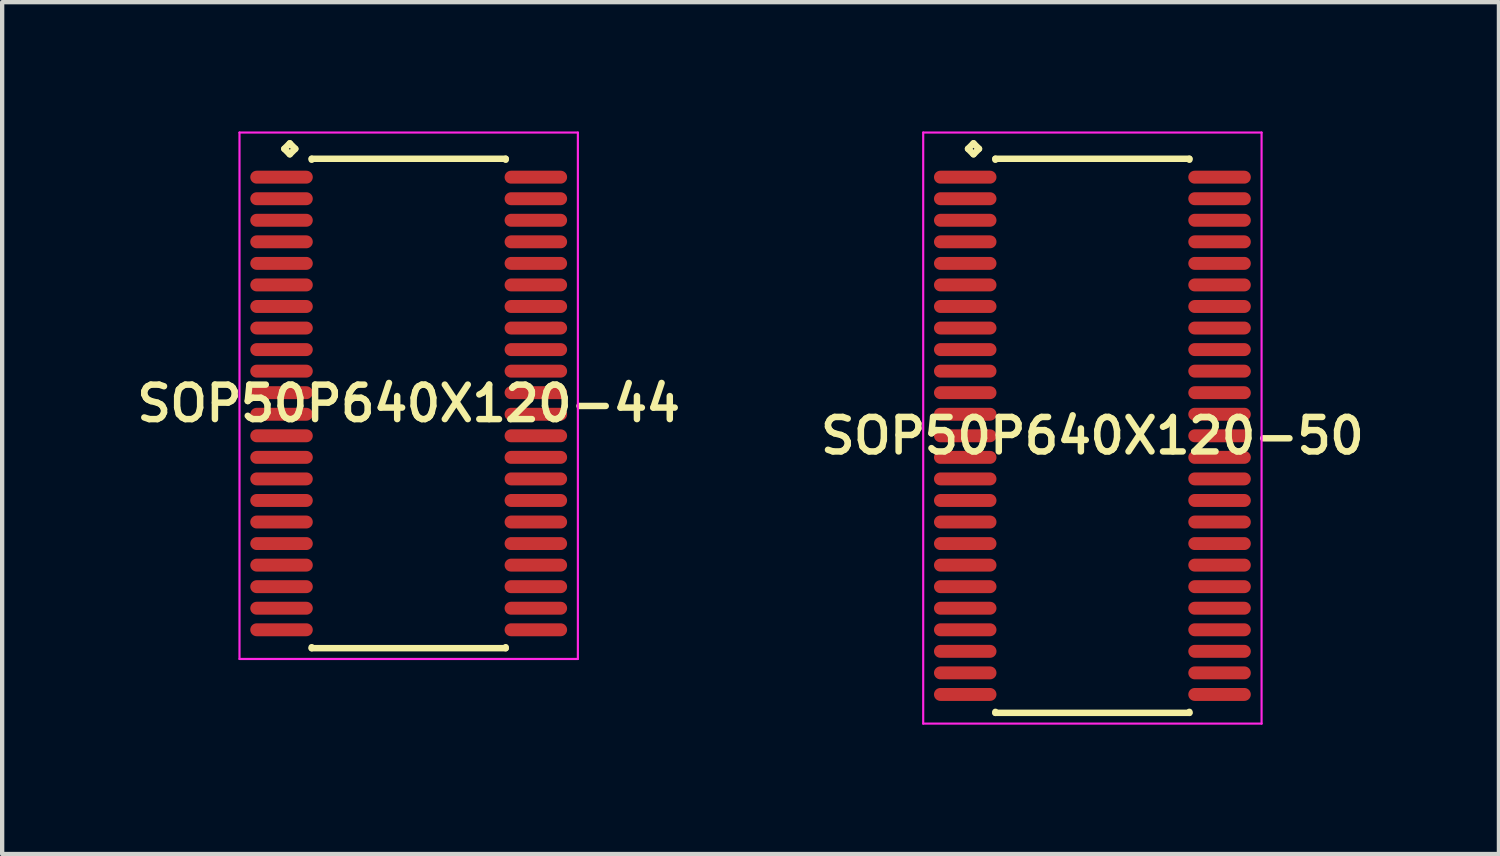
<source format=kicad_pcb>
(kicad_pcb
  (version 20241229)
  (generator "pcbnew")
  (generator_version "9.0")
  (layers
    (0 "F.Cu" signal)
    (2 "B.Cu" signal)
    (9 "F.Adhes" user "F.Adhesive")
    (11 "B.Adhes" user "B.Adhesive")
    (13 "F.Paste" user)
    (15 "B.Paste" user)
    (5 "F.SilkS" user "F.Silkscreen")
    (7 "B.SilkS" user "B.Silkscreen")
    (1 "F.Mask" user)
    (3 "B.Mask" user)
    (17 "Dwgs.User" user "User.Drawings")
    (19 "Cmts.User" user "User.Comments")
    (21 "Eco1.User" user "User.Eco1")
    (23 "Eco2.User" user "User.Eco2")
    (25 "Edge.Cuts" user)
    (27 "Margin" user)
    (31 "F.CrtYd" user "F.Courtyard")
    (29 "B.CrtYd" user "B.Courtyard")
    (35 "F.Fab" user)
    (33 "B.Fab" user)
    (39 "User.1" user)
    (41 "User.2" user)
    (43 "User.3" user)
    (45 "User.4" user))
  (footprint "SOP50P640X120-50"
    (layer "F.Cu")
    (at 22.292 7.06)
    (property "Reference" "SOP50P640X120-50" (at 0 0 0) (layer "F.SilkS") (effects (font (size 0.8 0.8) (thickness 0.15))))
    (attr smd)
    (fp_line (start -2.885 -6.658) (end -2.758 -6.785) (stroke (width 0.15) (type solid)) (layer "F.SilkS"))
    (fp_line (start -2.758 -6.785) (end -2.631 -6.658) (stroke (width 0.15) (type solid)) (layer "F.SilkS"))
    (fp_line (start -2.758 -6.531) (end -2.885 -6.658) (stroke (width 0.15) (type solid)) (layer "F.SilkS"))
    (fp_line (start -2.631 -6.658) (end -2.758 -6.531) (stroke (width 0.15) (type solid)) (layer "F.SilkS"))
    (fp_line (start -2.25 -6.427) (end 2.25 -6.427) (stroke (width 0.15) (type solid)) (layer "F.SilkS"))
    (fp_line (start -2.25 -6.404) (end -2.25 -6.427) (stroke (width 0.15) (type solid)) (layer "F.SilkS"))
    (fp_line (start -2.25 6.404) (end -2.25 6.427) (stroke (width 0.15) (type solid)) (layer "F.SilkS"))
    (fp_line (start -2.25 6.427) (end 2.25 6.427) (stroke (width 0.15) (type solid)) (layer "F.SilkS"))
    (fp_line (start 2.25 -6.427) (end 2.25 -6.404) (stroke (width 0.15) (type solid)) (layer "F.SilkS"))
    (fp_line (start 2.25 6.427) (end 2.25 6.404) (stroke (width 0.15) (type solid)) (layer "F.SilkS"))
    (fp_line (start -3.925 -7.035) (end 3.925 -7.035) (stroke (width 0.05) (type solid)) (layer "F.CrtYd"))
    (fp_line (start -3.925 6.677) (end -3.925 -7.035) (stroke (width 0.05) (type solid)) (layer "F.CrtYd"))
    (fp_line (start 3.925 -7.035) (end 3.925 6.677) (stroke (width 0.05) (type solid)) (layer "F.CrtYd"))
    (fp_line (start 3.925 6.677) (end -3.925 6.677) (stroke (width 0.05) (type solid)) (layer "F.CrtYd"))
    (pad "1" smd oval (at -2.95 -6) (size 1.45 0.3) (layers "F.Cu" "F.Mask" "F.Paste"))
    (pad "2" smd oval (at -2.95 -5.5) (size 1.45 0.3) (layers "F.Cu" "F.Mask" "F.Paste"))
    (pad "3" smd oval (at -2.95 -5) (size 1.45 0.3) (layers "F.Cu" "F.Mask" "F.Paste"))
    (pad "4" smd oval (at -2.95 -4.5) (size 1.45 0.3) (layers "F.Cu" "F.Mask" "F.Paste"))
    (pad "5" smd oval (at -2.95 -4) (size 1.45 0.3) (layers "F.Cu" "F.Mask" "F.Paste"))
    (pad "6" smd oval (at -2.95 -3.5) (size 1.45 0.3) (layers "F.Cu" "F.Mask" "F.Paste"))
    (pad "7" smd oval (at -2.95 -3) (size 1.45 0.3) (layers "F.Cu" "F.Mask" "F.Paste"))
    (pad "8" smd oval (at -2.95 -2.5) (size 1.45 0.3) (layers "F.Cu" "F.Mask" "F.Paste"))
    (pad "9" smd oval (at -2.95 -2) (size 1.45 0.3) (layers "F.Cu" "F.Mask" "F.Paste"))
    (pad "10" smd oval (at -2.95 -1.5) (size 1.45 0.3) (layers "F.Cu" "F.Mask" "F.Paste"))
    (pad "11" smd oval (at -2.95 -1) (size 1.45 0.3) (layers "F.Cu" "F.Mask" "F.Paste"))
    (pad "12" smd oval (at -2.95 -0.5) (size 1.45 0.3) (layers "F.Cu" "F.Mask" "F.Paste"))
    (pad "13" smd oval (at -2.95 0) (size 1.45 0.3) (layers "F.Cu" "F.Mask" "F.Paste"))
    (pad "14" smd oval (at -2.95 0.5) (size 1.45 0.3) (layers "F.Cu" "F.Mask" "F.Paste"))
    (pad "15" smd oval (at -2.95 1) (size 1.45 0.3) (layers "F.Cu" "F.Mask" "F.Paste"))
    (pad "16" smd oval (at -2.95 1.5) (size 1.45 0.3) (layers "F.Cu" "F.Mask" "F.Paste"))
    (pad "17" smd oval (at -2.95 2) (size 1.45 0.3) (layers "F.Cu" "F.Mask" "F.Paste"))
    (pad "18" smd oval (at -2.95 2.5) (size 1.45 0.3) (layers "F.Cu" "F.Mask" "F.Paste"))
    (pad "19" smd oval (at -2.95 3) (size 1.45 0.3) (layers "F.Cu" "F.Mask" "F.Paste"))
    (pad "20" smd oval (at -2.95 3.5) (size 1.45 0.3) (layers "F.Cu" "F.Mask" "F.Paste"))
    (pad "21" smd oval (at -2.95 4) (size 1.45 0.3) (layers "F.Cu" "F.Mask" "F.Paste"))
    (pad "22" smd oval (at -2.95 4.5) (size 1.45 0.3) (layers "F.Cu" "F.Mask" "F.Paste"))
    (pad "23" smd oval (at -2.95 5) (size 1.45 0.3) (layers "F.Cu" "F.Mask" "F.Paste"))
    (pad "24" smd oval (at -2.95 5.5) (size 1.45 0.3) (layers "F.Cu" "F.Mask" "F.Paste"))
    (pad "25" smd oval (at -2.95 6) (size 1.45 0.3) (layers "F.Cu" "F.Mask" "F.Paste"))
    (pad "26" smd oval (at 2.95 6) (size 1.45 0.3) (layers "F.Cu" "F.Mask" "F.Paste"))
    (pad "27" smd oval (at 2.95 5.5) (size 1.45 0.3) (layers "F.Cu" "F.Mask" "F.Paste"))
    (pad "28" smd oval (at 2.95 5) (size 1.45 0.3) (layers "F.Cu" "F.Mask" "F.Paste"))
    (pad "29" smd oval (at 2.95 4.5) (size 1.45 0.3) (layers "F.Cu" "F.Mask" "F.Paste"))
    (pad "30" smd oval (at 2.95 4) (size 1.45 0.3) (layers "F.Cu" "F.Mask" "F.Paste"))
    (pad "31" smd oval (at 2.95 3.5) (size 1.45 0.3) (layers "F.Cu" "F.Mask" "F.Paste"))
    (pad "32" smd oval (at 2.95 3) (size 1.45 0.3) (layers "F.Cu" "F.Mask" "F.Paste"))
    (pad "33" smd oval (at 2.95 2.5) (size 1.45 0.3) (layers "F.Cu" "F.Mask" "F.Paste"))
    (pad "34" smd oval (at 2.95 2) (size 1.45 0.3) (layers "F.Cu" "F.Mask" "F.Paste"))
    (pad "35" smd oval (at 2.95 1.5) (size 1.45 0.3) (layers "F.Cu" "F.Mask" "F.Paste"))
    (pad "36" smd oval (at 2.95 1) (size 1.45 0.3) (layers "F.Cu" "F.Mask" "F.Paste"))
    (pad "37" smd oval (at 2.95 0.5) (size 1.45 0.3) (layers "F.Cu" "F.Mask" "F.Paste"))
    (pad "38" smd oval (at 2.95 0) (size 1.45 0.3) (layers "F.Cu" "F.Mask" "F.Paste"))
    (pad "39" smd oval (at 2.95 -0.5) (size 1.45 0.3) (layers "F.Cu" "F.Mask" "F.Paste"))
    (pad "40" smd oval (at 2.95 -1) (size 1.45 0.3) (layers "F.Cu" "F.Mask" "F.Paste"))
    (pad "41" smd oval (at 2.95 -1.5) (size 1.45 0.3) (layers "F.Cu" "F.Mask" "F.Paste"))
    (pad "42" smd oval (at 2.95 -2) (size 1.45 0.3) (layers "F.Cu" "F.Mask" "F.Paste"))
    (pad "43" smd oval (at 2.95 -2.5) (size 1.45 0.3) (layers "F.Cu" "F.Mask" "F.Paste"))
    (pad "44" smd oval (at 2.95 -3) (size 1.45 0.3) (layers "F.Cu" "F.Mask" "F.Paste"))
    (pad "45" smd oval (at 2.95 -3.5) (size 1.45 0.3) (layers "F.Cu" "F.Mask" "F.Paste"))
    (pad "46" smd oval (at 2.95 -4) (size 1.45 0.3) (layers "F.Cu" "F.Mask" "F.Paste"))
    (pad "47" smd oval (at 2.95 -4.5) (size 1.45 0.3) (layers "F.Cu" "F.Mask" "F.Paste"))
    (pad "48" smd oval (at 2.95 -5) (size 1.45 0.3) (layers "F.Cu" "F.Mask" "F.Paste"))
    (pad "49" smd oval (at 2.95 -5.5) (size 1.45 0.3) (layers "F.Cu" "F.Mask" "F.Paste"))
    (pad "50" smd oval (at 2.95 -6) (size 1.45 0.3) (layers "F.Cu" "F.Mask" "F.Paste")))
  (footprint "SOP50P640X120-44"
    (layer "F.Cu")
    (at 6.431 6.31)
    (property "Reference" "SOP50P640X120-44" (at 0 0 0) (layer "F.SilkS") (effects (font (size 0.8 0.8) (thickness 0.15))))
    (attr smd)
    (fp_line (start -2.885 -5.908) (end -2.758 -6.035) (stroke (width 0.15) (type solid)) (layer "F.SilkS"))
    (fp_line (start -2.758 -6.035) (end -2.631 -5.908) (stroke (width 0.15) (type solid)) (layer "F.SilkS"))
    (fp_line (start -2.758 -5.781) (end -2.885 -5.908) (stroke (width 0.15) (type solid)) (layer "F.SilkS"))
    (fp_line (start -2.631 -5.908) (end -2.758 -5.781) (stroke (width 0.15) (type solid)) (layer "F.SilkS"))
    (fp_line (start -2.25 -5.677) (end 2.25 -5.677) (stroke (width 0.15) (type solid)) (layer "F.SilkS"))
    (fp_line (start -2.25 -5.654) (end -2.25 -5.677) (stroke (width 0.15) (type solid)) (layer "F.SilkS"))
    (fp_line (start -2.25 5.654) (end -2.25 5.677) (stroke (width 0.15) (type solid)) (layer "F.SilkS"))
    (fp_line (start -2.25 5.677) (end 2.25 5.677) (stroke (width 0.15) (type solid)) (layer "F.SilkS"))
    (fp_line (start 2.25 -5.677) (end 2.25 -5.654) (stroke (width 0.15) (type solid)) (layer "F.SilkS"))
    (fp_line (start 2.25 5.677) (end 2.25 5.654) (stroke (width 0.15) (type solid)) (layer "F.SilkS"))
    (fp_line (start -3.925 -6.285) (end 3.925 -6.285) (stroke (width 0.05) (type solid)) (layer "F.CrtYd"))
    (fp_line (start -3.925 5.927) (end -3.925 -6.285) (stroke (width 0.05) (type solid)) (layer "F.CrtYd"))
    (fp_line (start 3.925 -6.285) (end 3.925 5.927) (stroke (width 0.05) (type solid)) (layer "F.CrtYd"))
    (fp_line (start 3.925 5.927) (end -3.925 5.927) (stroke (width 0.05) (type solid)) (layer "F.CrtYd"))
    (pad "1" smd oval (at -2.95 -5.25) (size 1.45 0.3) (layers "F.Cu" "F.Mask" "F.Paste"))
    (pad "2" smd oval (at -2.95 -4.75) (size 1.45 0.3) (layers "F.Cu" "F.Mask" "F.Paste"))
    (pad "3" smd oval (at -2.95 -4.25) (size 1.45 0.3) (layers "F.Cu" "F.Mask" "F.Paste"))
    (pad "4" smd oval (at -2.95 -3.75) (size 1.45 0.3) (layers "F.Cu" "F.Mask" "F.Paste"))
    (pad "5" smd oval (at -2.95 -3.25) (size 1.45 0.3) (layers "F.Cu" "F.Mask" "F.Paste"))
    (pad "6" smd oval (at -2.95 -2.75) (size 1.45 0.3) (layers "F.Cu" "F.Mask" "F.Paste"))
    (pad "7" smd oval (at -2.95 -2.25) (size 1.45 0.3) (layers "F.Cu" "F.Mask" "F.Paste"))
    (pad "8" smd oval (at -2.95 -1.75) (size 1.45 0.3) (layers "F.Cu" "F.Mask" "F.Paste"))
    (pad "9" smd oval (at -2.95 -1.25) (size 1.45 0.3) (layers "F.Cu" "F.Mask" "F.Paste"))
    (pad "10" smd oval (at -2.95 -0.75) (size 1.45 0.3) (layers "F.Cu" "F.Mask" "F.Paste"))
    (pad "11" smd oval (at -2.95 -0.25) (size 1.45 0.3) (layers "F.Cu" "F.Mask" "F.Paste"))
    (pad "12" smd oval (at -2.95 0.25) (size 1.45 0.3) (layers "F.Cu" "F.Mask" "F.Paste"))
    (pad "13" smd oval (at -2.95 0.75) (size 1.45 0.3) (layers "F.Cu" "F.Mask" "F.Paste"))
    (pad "14" smd oval (at -2.95 1.25) (size 1.45 0.3) (layers "F.Cu" "F.Mask" "F.Paste"))
    (pad "15" smd oval (at -2.95 1.75) (size 1.45 0.3) (layers "F.Cu" "F.Mask" "F.Paste"))
    (pad "16" smd oval (at -2.95 2.25) (size 1.45 0.3) (layers "F.Cu" "F.Mask" "F.Paste"))
    (pad "17" smd oval (at -2.95 2.75) (size 1.45 0.3) (layers "F.Cu" "F.Mask" "F.Paste"))
    (pad "18" smd oval (at -2.95 3.25) (size 1.45 0.3) (layers "F.Cu" "F.Mask" "F.Paste"))
    (pad "19" smd oval (at -2.95 3.75) (size 1.45 0.3) (layers "F.Cu" "F.Mask" "F.Paste"))
    (pad "20" smd oval (at -2.95 4.25) (size 1.45 0.3) (layers "F.Cu" "F.Mask" "F.Paste"))
    (pad "21" smd oval (at -2.95 4.75) (size 1.45 0.3) (layers "F.Cu" "F.Mask" "F.Paste"))
    (pad "22" smd oval (at -2.95 5.25) (size 1.45 0.3) (layers "F.Cu" "F.Mask" "F.Paste"))
    (pad "23" smd oval (at 2.95 5.25) (size 1.45 0.3) (layers "F.Cu" "F.Mask" "F.Paste"))
    (pad "24" smd oval (at 2.95 4.75) (size 1.45 0.3) (layers "F.Cu" "F.Mask" "F.Paste"))
    (pad "25" smd oval (at 2.95 4.25) (size 1.45 0.3) (layers "F.Cu" "F.Mask" "F.Paste"))
    (pad "26" smd oval (at 2.95 3.75) (size 1.45 0.3) (layers "F.Cu" "F.Mask" "F.Paste"))
    (pad "27" smd oval (at 2.95 3.25) (size 1.45 0.3) (layers "F.Cu" "F.Mask" "F.Paste"))
    (pad "28" smd oval (at 2.95 2.75) (size 1.45 0.3) (layers "F.Cu" "F.Mask" "F.Paste"))
    (pad "29" smd oval (at 2.95 2.25) (size 1.45 0.3) (layers "F.Cu" "F.Mask" "F.Paste"))
    (pad "30" smd oval (at 2.95 1.75) (size 1.45 0.3) (layers "F.Cu" "F.Mask" "F.Paste"))
    (pad "31" smd oval (at 2.95 1.25) (size 1.45 0.3) (layers "F.Cu" "F.Mask" "F.Paste"))
    (pad "32" smd oval (at 2.95 0.75) (size 1.45 0.3) (layers "F.Cu" "F.Mask" "F.Paste"))
    (pad "33" smd oval (at 2.95 0.25) (size 1.45 0.3) (layers "F.Cu" "F.Mask" "F.Paste"))
    (pad "34" smd oval (at 2.95 -0.25) (size 1.45 0.3) (layers "F.Cu" "F.Mask" "F.Paste"))
    (pad "35" smd oval (at 2.95 -0.75) (size 1.45 0.3) (layers "F.Cu" "F.Mask" "F.Paste"))
    (pad "36" smd oval (at 2.95 -1.25) (size 1.45 0.3) (layers "F.Cu" "F.Mask" "F.Paste"))
    (pad "37" smd oval (at 2.95 -1.75) (size 1.45 0.3) (layers "F.Cu" "F.Mask" "F.Paste"))
    (pad "38" smd oval (at 2.95 -2.25) (size 1.45 0.3) (layers "F.Cu" "F.Mask" "F.Paste"))
    (pad "39" smd oval (at 2.95 -2.75) (size 1.45 0.3) (layers "F.Cu" "F.Mask" "F.Paste"))
    (pad "40" smd oval (at 2.95 -3.25) (size 1.45 0.3) (layers "F.Cu" "F.Mask" "F.Paste"))
    (pad "41" smd oval (at 2.95 -3.75) (size 1.45 0.3) (layers "F.Cu" "F.Mask" "F.Paste"))
    (pad "42" smd oval (at 2.95 -4.25) (size 1.45 0.3) (layers "F.Cu" "F.Mask" "F.Paste"))
    (pad "43" smd oval (at 2.95 -4.75) (size 1.45 0.3) (layers "F.Cu" "F.Mask" "F.Paste"))
    (pad "44" smd oval (at 2.95 -5.25) (size 1.45 0.3) (layers "F.Cu" "F.Mask" "F.Paste")))
  (gr_rect
    (start -3 -3)
    (end 31.723 16.762)
    (stroke (width 0.1) (type default))
    (fill no)
    (layer "Edge.Cuts")))
</source>
